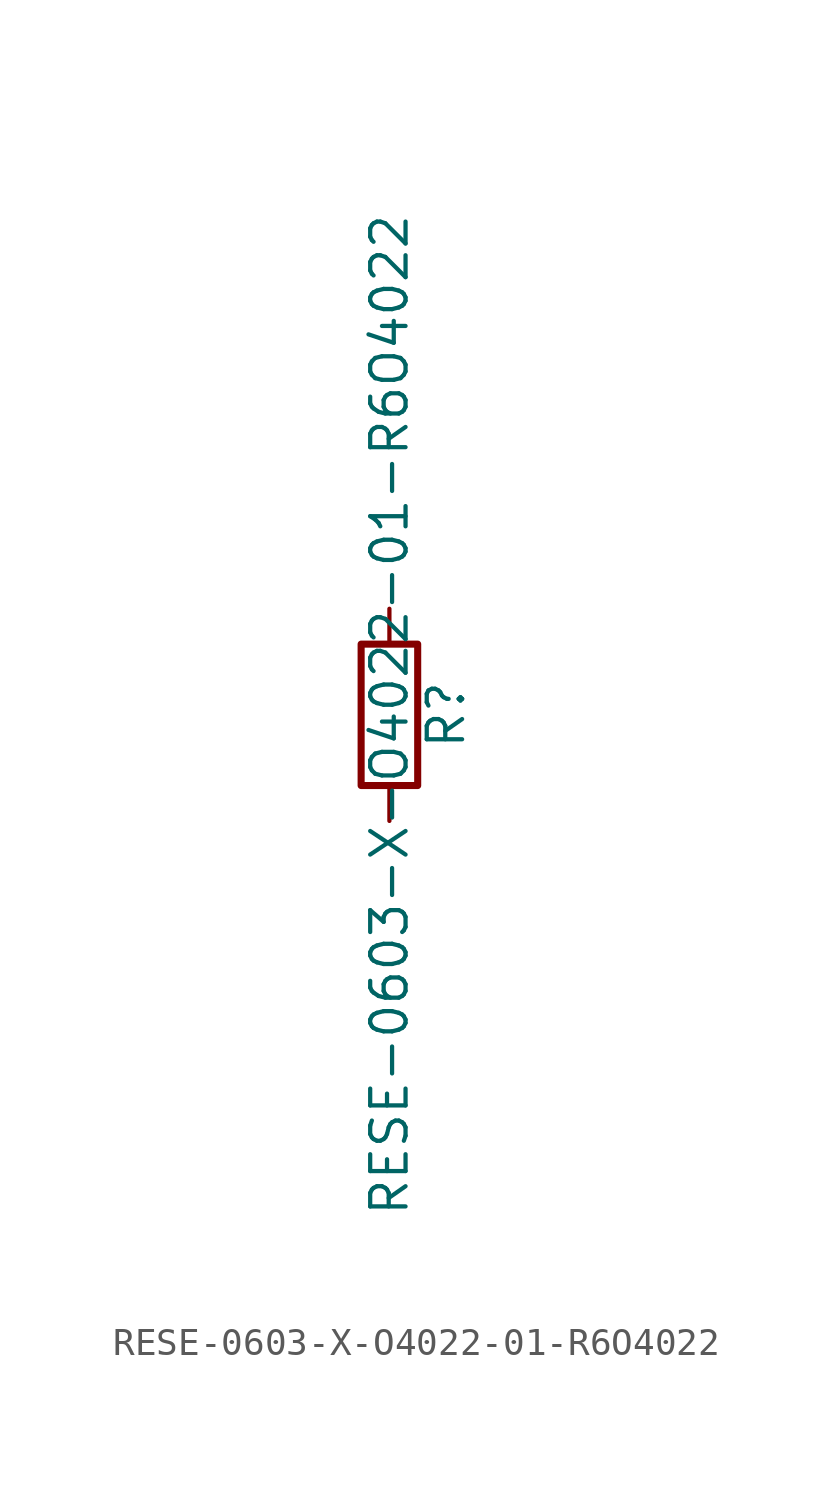
<source format=kicad_sym>
(kicad_symbol_lib
  (version 20211014)
  (generator kicad_symbol_editor)
  (symbol "RESE-0603-X-O4022-01-R6O4022"
    (pin_numbers hide)
    (pin_names
      (offset 0))
    (property "Reference" "R"
      (at 2.032 0 90)
      (effects (font (size 1.27 1.27))))
    (property "Value" "RESE-0603-X-O4022-01-R6O4022"
      (at 0 0 90)
      (effects (font (size 1.27 1.27))))
    (symbol "RESE-0603-X-O4022-01-R6O4022_0_1"
      (rectangle (start -1.016 -2.54) (end 1.016 2.54) (stroke (width 0.254) (type default) (color 0 0 0 0)) (fill (type none))))
    (symbol "RESE-0603-X-O4022-01-R6O4022_1_1"
      (pin passive line (at 0 3.81 270) (length 1.27) (name "~" (effects (font (size 1.27 1.27)))) (number "1" (effects (font (size 1.27 1.27)))))
      (pin passive line (at 0 -3.81 90) (length 1.27) (name "~" (effects (font (size 1.27 1.27)))) (number "2" (effects (font (size 1.27 1.27))))))))
</source>
